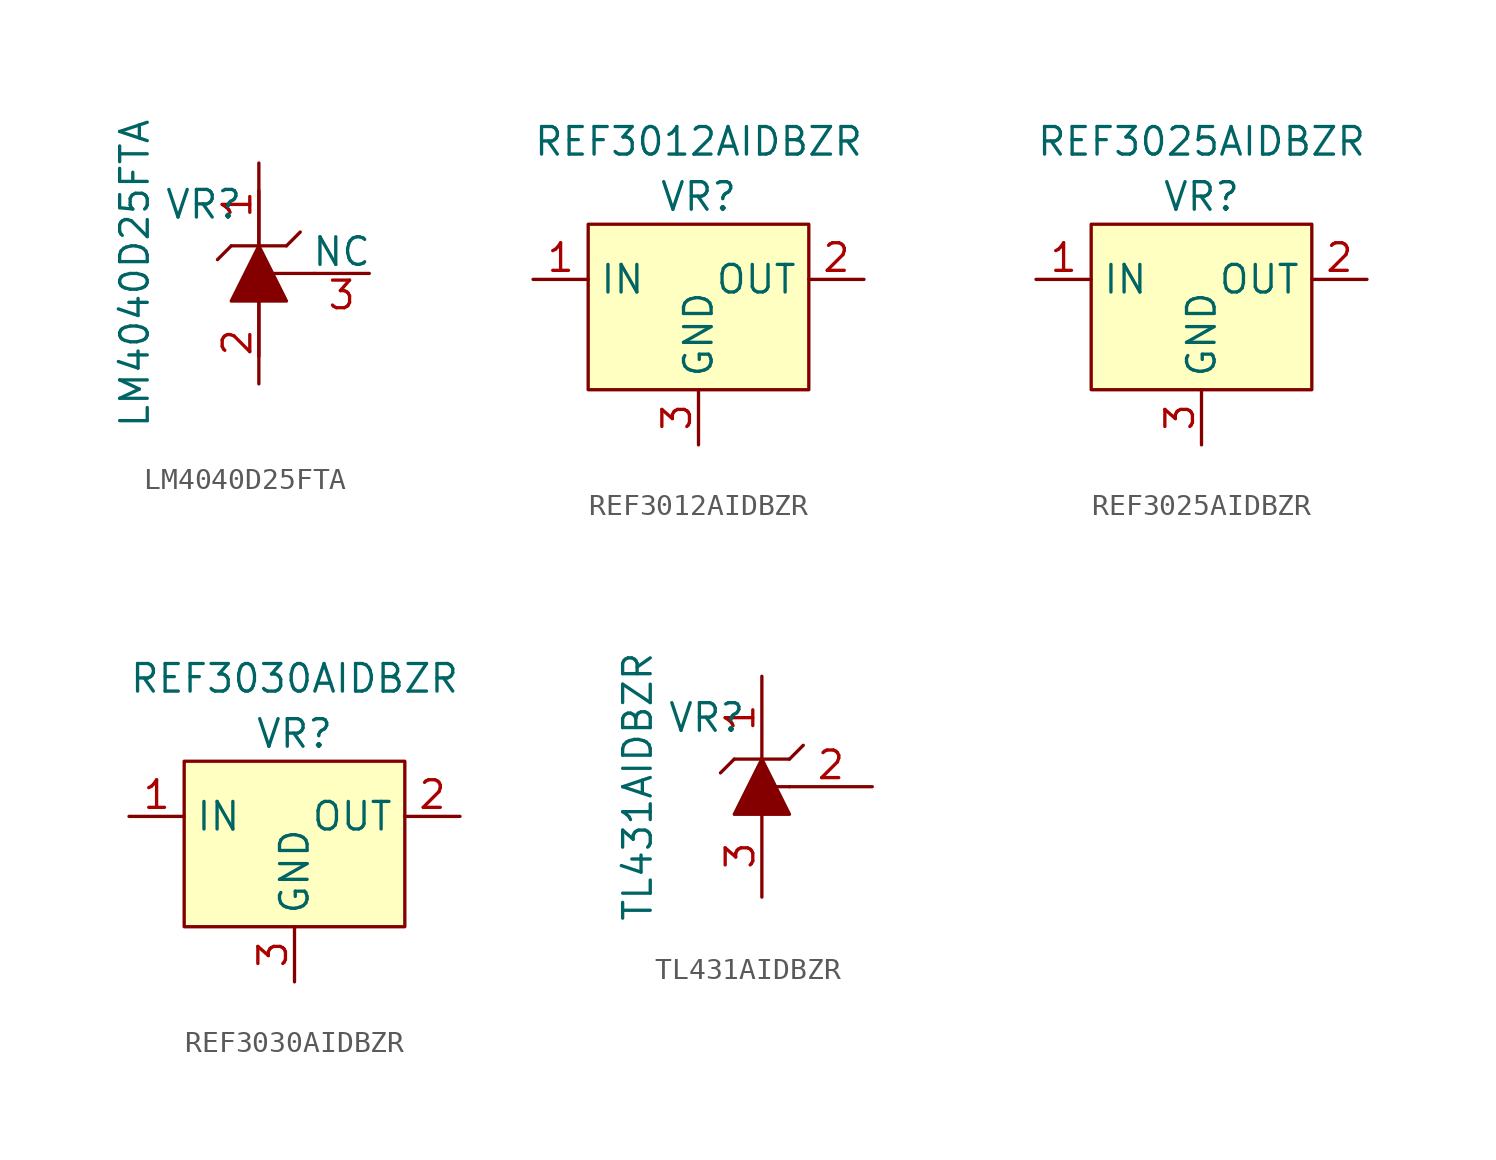
<source format=kicad_sym>
(kicad_symbol_lib
  (version 20211014)
  (generator kicad_symbol_editor)
  (symbol "LM4040D25FTA"
    (pin_names
      (offset 0))
    (property "Reference" "VR"
      (at -2.54 3.175 0)
      (effects (font (size 1.27 1.27))))
    (property "Value" "LM4040D25FTA"
      (at -5.715 0 90)
      (effects (font (size 1.27 1.27))))
    (symbol "LM4040D25FTA_0_1"
      (polyline (pts (xy -1.27 1.27) (xy -1.905 0.635)) (stroke (width 0) (type default) (color 0 0 0 0)) (fill (type none)))
      (polyline (pts (xy -1.27 1.27) (xy 1.27 1.27)) (stroke (width 0) (type default) (color 0 0 0 0)) (fill (type none)))
      (polyline (pts (xy 0 -3.81) (xy 0 -1.27)) (stroke (width 0) (type default) (color 0 0 0 0)) (fill (type outline)))
      (polyline (pts (xy 0 1.27) (xy 0 3.81)) (stroke (width 0) (type default) (color 0 0 0 0)) (fill (type none)))
      (polyline (pts (xy 1.27 1.27) (xy 1.905 1.905)) (stroke (width 0) (type default) (color 0 0 0 0)) (fill (type none)))
      (polyline (pts (xy 2.54 0) (xy 0.635 0)) (stroke (width 0) (type default) (color 0 0 0 0)) (fill (type none)))
      (polyline (pts (xy -1.27 -1.27) (xy 1.27 -1.27) (xy 0 1.27) (xy -1.27 -1.27)) (stroke (width 0) (type default) (color 0 0 0 0)) (fill (type outline))))
    (symbol "LM4040D25FTA_1_1"
      (pin passive line (at 0 5.08 270) (length 3.81) (name "~" (effects (font (size 1.27 1.27)))) (number "1" (effects (font (size 1.27 1.27)))))
      (pin passive line (at 0 -5.08 90) (length 3.81) (name "~" (effects (font (size 1.27 1.27)))) (number "2" (effects (font (size 1.27 1.27)))))
      (pin unspecified line (at 5.08 0 180) (length 2.54) (name "NC" (effects (font (size 1.27 1.27)))) (number "3" (effects (font (size 1.27 1.27)))))))
  (symbol "REF3012AIDBZR"
    (property "Reference" "VR"
      (at 0 3.81 0)
      (effects (font (size 1.27 1.27))))
    (property "Value" "REF3012AIDBZR"
      (at 0 6.35 0)
      (effects (font (size 1.27 1.27))))
    (symbol "REF3012AIDBZR_1_1"
      (rectangle (start -5.08 2.54) (end 5.08 -5.08) (stroke (width 0) (type default) (color 0 0 0 0)) (fill (type background)))
      (pin power_in line (at -7.62 0 0) (length 2.54) (name "IN" (effects (font (size 1.27 1.27)))) (number "1" (effects (font (size 1.27 1.27)))))
      (pin output line (at 7.62 0 180) (length 2.54) (name "OUT" (effects (font (size 1.27 1.27)))) (number "2" (effects (font (size 1.27 1.27)))))
      (pin power_in line (at 0 -7.62 90) (length 2.54) (name "GND" (effects (font (size 1.27 1.27)))) (number "3" (effects (font (size 1.27 1.27)))))))
  (symbol "REF3025AIDBZR"
    (property "Reference" "VR"
      (at 0 3.81 0)
      (effects (font (size 1.27 1.27))))
    (property "Value" "REF3025AIDBZR"
      (at 0 6.35 0)
      (effects (font (size 1.27 1.27))))
    (symbol "REF3025AIDBZR_1_1"
      (rectangle (start 5.08 2.54) (end -5.08 -5.08) (stroke (width 0) (type default) (color 0 0 0 0)) (fill (type background)))
      (pin power_in line (at -7.62 0 0) (length 2.54) (name "IN" (effects (font (size 1.27 1.27)))) (number "1" (effects (font (size 1.27 1.27)))))
      (pin output line (at 7.62 0 180) (length 2.54) (name "OUT" (effects (font (size 1.27 1.27)))) (number "2" (effects (font (size 1.27 1.27)))))
      (pin power_in line (at 0 -7.62 90) (length 2.54) (name "GND" (effects (font (size 1.27 1.27)))) (number "3" (effects (font (size 1.27 1.27)))))))
  (symbol "REF3030AIDBZR"
    (property "Reference" "VR"
      (at 0 3.81 0)
      (effects (font (size 1.27 1.27))))
    (property "Value" "REF3030AIDBZR"
      (at 0 6.35 0)
      (effects (font (size 1.27 1.27))))
    (symbol "REF3030AIDBZR_1_1"
      (rectangle (start -5.08 2.54) (end 5.08 -5.08) (stroke (width 0) (type default) (color 0 0 0 0)) (fill (type background)))
      (pin power_in line (at -7.62 0 0) (length 2.54) (name "IN" (effects (font (size 1.27 1.27)))) (number "1" (effects (font (size 1.27 1.27)))))
      (pin output line (at 7.62 0 180) (length 2.54) (name "OUT" (effects (font (size 1.27 1.27)))) (number "2" (effects (font (size 1.27 1.27)))))
      (pin power_in line (at 0 -7.62 90) (length 2.54) (name "GND" (effects (font (size 1.27 1.27)))) (number "3" (effects (font (size 1.27 1.27)))))))
  (symbol "TL431AIDBZR"
    (pin_names
      (offset 0) hide)
    (property "Reference" "VR"
      (at -2.54 3.175 0)
      (effects (font (size 1.27 1.27))))
    (property "Value" "TL431AIDBZR"
      (at -5.715 0 90)
      (effects (font (size 1.27 1.27))))
    (symbol "TL431AIDBZR_0_1"
      (polyline (pts (xy -1.905 0.635) (xy -1.27 1.27)) (stroke (width 0) (type default) (color 0 0 0 0)) (fill (type none)))
      (polyline (pts (xy -1.27 1.27) (xy 1.27 1.27)) (stroke (width 0) (type default) (color 0 0 0 0)) (fill (type none)))
      (polyline (pts (xy 0.635 0) (xy 1.27 0)) (stroke (width 0) (type default) (color 0 0 0 0)) (fill (type none)))
      (polyline (pts (xy 1.27 1.27) (xy 1.905 1.905)) (stroke (width 0) (type default) (color 0 0 0 0)) (fill (type none)))
      (polyline (pts (xy -1.27 -1.27) (xy 1.27 -1.27) (xy 0 1.27) (xy -1.27 -1.27)) (stroke (width 0) (type default) (color 0 0 0 0)) (fill (type outline))))
    (symbol "TL431AIDBZR_1_1"
      (pin passive line (at 0 5.08 270) (length 3.81) (name "K" (effects (font (size 1.27 1.27)))) (number "1" (effects (font (size 1.27 1.27)))))
      (pin passive line (at 5.08 0 180) (length 3.81) (name "REF" (effects (font (size 1.27 1.27)))) (number "2" (effects (font (size 1.27 1.27)))))
      (pin passive line (at 0 -5.08 90) (length 3.81) (name "A" (effects (font (size 1.27 1.27)))) (number "3" (effects (font (size 1.27 1.27))))))))
</source>
